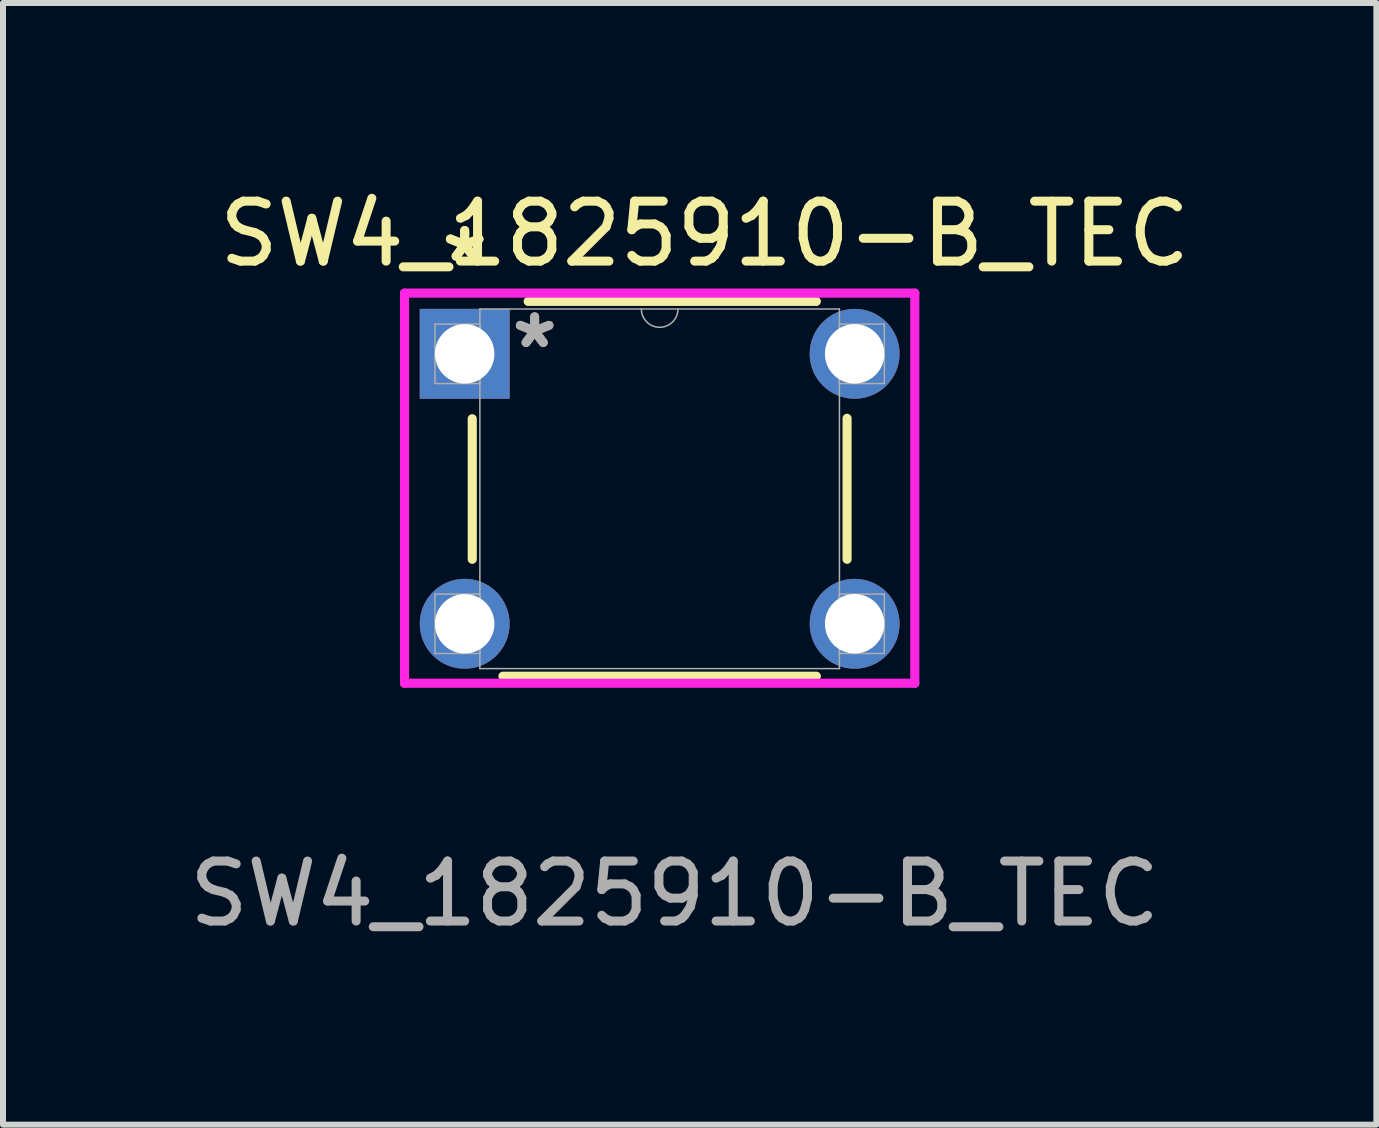
<source format=kicad_pcb>
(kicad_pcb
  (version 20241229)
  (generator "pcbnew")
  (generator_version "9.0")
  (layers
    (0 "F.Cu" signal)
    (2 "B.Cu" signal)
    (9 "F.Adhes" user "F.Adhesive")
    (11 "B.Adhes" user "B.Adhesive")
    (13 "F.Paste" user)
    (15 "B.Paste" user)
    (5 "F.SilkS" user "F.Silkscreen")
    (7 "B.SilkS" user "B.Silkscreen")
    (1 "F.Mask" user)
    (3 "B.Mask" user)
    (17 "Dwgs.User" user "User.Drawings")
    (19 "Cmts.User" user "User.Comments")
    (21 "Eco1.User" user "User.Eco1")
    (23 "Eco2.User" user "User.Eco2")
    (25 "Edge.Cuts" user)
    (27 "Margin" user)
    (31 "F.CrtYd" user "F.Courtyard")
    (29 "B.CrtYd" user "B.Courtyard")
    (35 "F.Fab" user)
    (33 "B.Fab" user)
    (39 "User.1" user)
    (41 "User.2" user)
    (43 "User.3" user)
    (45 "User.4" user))
  (footprint "SW4_1825910-B_TEC"
    (layer "F.Cu")
    (at 11.196 7.348)
    (property "Reference" "SW4_1825910-B_TEC" (at -2.5 -6.5 0) (unlocked yes) (layer "F.SilkS") (effects (font (size 1 1) (thickness 0.15))))
    (attr through_hole)
    (fp_line (start -6.374 -3.418) (end -6.374 -1.075) (stroke (width 0.152) (type solid)) (layer "F.SilkS"))
    (fp_line (start -5.862 0.874) (end -0.638 0.874) (stroke (width 0.152) (type solid)) (layer "F.SilkS"))
    (fp_line (start -0.638 -5.374) (end -5.442 -5.374) (stroke (width 0.152) (type solid)) (layer "F.SilkS"))
    (fp_line (start -0.126 -1.075) (end -0.126 -3.425) (stroke (width 0.152) (type solid)) (layer "F.SilkS"))
    (fp_line (start -7.503 -5.512) (end 1.003 -5.512) (stroke (width 0.152) (type solid)) (layer "F.CrtYd"))
    (fp_line (start -7.503 0.991) (end -7.503 -5.512) (stroke (width 0.152) (type solid)) (layer "F.CrtYd"))
    (fp_line (start 1.003 -5.512) (end 1.003 0.991) (stroke (width 0.152) (type solid)) (layer "F.CrtYd"))
    (fp_line (start 1.003 0.991) (end -7.503 0.991) (stroke (width 0.152) (type solid)) (layer "F.CrtYd"))
    (fp_line (start -6.995 -4.995) (end -6.995 -4.005) (stroke (width 0.025) (type solid)) (layer "F.Fab"))
    (fp_line (start -6.995 -4.005) (end -6.247 -4.005) (stroke (width 0.025) (type solid)) (layer "F.Fab"))
    (fp_line (start -6.995 -0.495) (end -6.995 0.495) (stroke (width 0.025) (type solid)) (layer "F.Fab"))
    (fp_line (start -6.995 0.495) (end -6.247 0.495) (stroke (width 0.025) (type solid)) (layer "F.Fab"))
    (fp_line (start -6.247 -5.247) (end -6.247 0.747) (stroke (width 0.025) (type solid)) (layer "F.Fab"))
    (fp_line (start -6.247 -4.995) (end -6.995 -4.995) (stroke (width 0.025) (type solid)) (layer "F.Fab"))
    (fp_line (start -6.247 -4.005) (end -6.247 -4.995) (stroke (width 0.025) (type solid)) (layer "F.Fab"))
    (fp_line (start -6.247 -0.495) (end -6.995 -0.495) (stroke (width 0.025) (type solid)) (layer "F.Fab"))
    (fp_line (start -6.247 0.495) (end -6.247 -0.495) (stroke (width 0.025) (type solid)) (layer "F.Fab"))
    (fp_line (start -6.247 0.747) (end -0.253 0.747) (stroke (width 0.025) (type solid)) (layer "F.Fab"))
    (fp_line (start -0.253 -5.247) (end -6.247 -5.247) (stroke (width 0.025) (type solid)) (layer "F.Fab"))
    (fp_line (start -0.253 -4.995) (end -0.253 -4.005) (stroke (width 0.025) (type solid)) (layer "F.Fab"))
    (fp_line (start -0.253 -4.005) (end 0.495 -4.005) (stroke (width 0.025) (type solid)) (layer "F.Fab"))
    (fp_line (start -0.253 -0.495) (end -0.253 0.495) (stroke (width 0.025) (type solid)) (layer "F.Fab"))
    (fp_line (start -0.253 0.495) (end 0.495 0.495) (stroke (width 0.025) (type solid)) (layer "F.Fab"))
    (fp_line (start -0.253 0.747) (end -0.253 -5.247) (stroke (width 0.025) (type solid)) (layer "F.Fab"))
    (fp_line (start 0.495 -4.995) (end -0.253 -4.995) (stroke (width 0.025) (type solid)) (layer "F.Fab"))
    (fp_line (start 0.495 -4.005) (end 0.495 -4.995) (stroke (width 0.025) (type solid)) (layer "F.Fab"))
    (fp_line (start 0.495 -0.495) (end -0.253 -0.495) (stroke (width 0.025) (type solid)) (layer "F.Fab"))
    (fp_line (start 0.495 0.495) (end 0.495 -0.495) (stroke (width 0.025) (type solid)) (layer "F.Fab"))
    (fp_arc (start -2.9452 -5.247201) (mid -3.25 -4.942401) (end -3.5548 -5.247201) (stroke (width 0.0254) (type solid)) (layer "F.Fab"))
    (fp_text user "*" (at -6.5 -6.011 0) (layer "F.SilkS") (effects (font (size 1 1) (thickness 0.15))))
    (fp_text user "*" (at -6.5 -6.011 0) (unlocked yes) (layer "F.SilkS") (effects (font (size 1 1) (thickness 0.15))))
    (fp_text user "${REFERENCE}" (at -3 4.5 0) (unlocked yes) (layer "F.Fab") (effects (font (size 1 1) (thickness 0.15))))
    (fp_text user "*" (at -5.334 -4.572 0) (layer "F.Fab") (effects (font (size 1 1) (thickness 0.15))))
    (fp_text user "*" (at -5.334 -4.572 0) (unlocked yes) (layer "F.Fab") (effects (font (size 1 1) (thickness 0.15))))
    (pad "1" thru_hole rect (at -6.5 -4.5) (size 1.499 1.499) (drill 0.991) (layers "*.Cu" "*.Mask"))
    (pad "2" thru_hole circle (at 0 -4.5) (size 1.499 1.499) (drill 0.991) (layers "*.Cu" "*.Mask"))
    (pad "3" thru_hole circle (at -6.5 0) (size 1.499 1.499) (drill 0.991) (layers "*.Cu" "*.Mask"))
    (pad "4" thru_hole circle (at 0 0) (size 1.499 1.499) (drill 0.991) (layers "*.Cu" "*.Mask")))
  (gr_rect
    (start -3 -3)
    (end 19.893 15.697)
    (stroke (width 0.1) (type default))
    (fill no)
    (layer "Edge.Cuts")))
</source>
